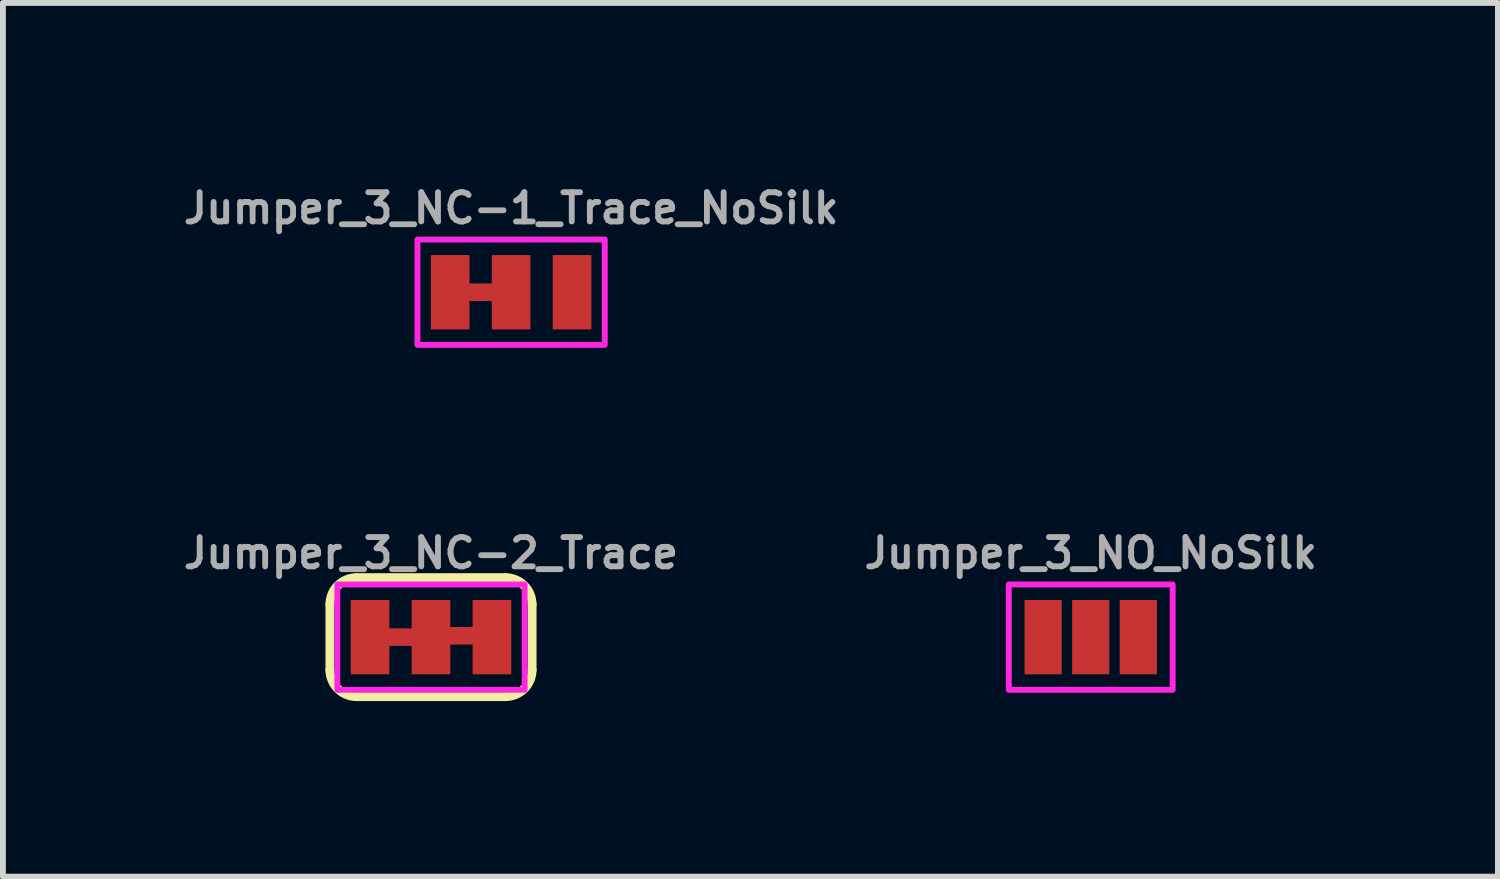
<source format=kicad_pcb>
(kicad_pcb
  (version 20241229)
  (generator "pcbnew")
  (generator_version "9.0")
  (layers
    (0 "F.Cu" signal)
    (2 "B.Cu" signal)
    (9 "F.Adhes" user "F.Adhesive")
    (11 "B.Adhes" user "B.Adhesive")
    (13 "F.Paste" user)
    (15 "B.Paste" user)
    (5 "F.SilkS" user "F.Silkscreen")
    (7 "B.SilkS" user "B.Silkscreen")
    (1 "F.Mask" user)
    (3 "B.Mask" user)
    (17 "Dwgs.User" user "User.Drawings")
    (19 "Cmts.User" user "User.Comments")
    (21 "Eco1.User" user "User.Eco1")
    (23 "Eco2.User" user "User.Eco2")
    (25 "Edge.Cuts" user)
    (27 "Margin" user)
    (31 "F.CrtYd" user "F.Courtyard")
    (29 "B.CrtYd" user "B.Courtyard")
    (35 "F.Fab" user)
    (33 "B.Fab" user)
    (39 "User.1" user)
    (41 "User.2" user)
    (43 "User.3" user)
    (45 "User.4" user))
  (footprint "Jumper_3_NO_NoSilk"
    (layer "F.Cu")
    (at 15.586 7.836)
    (property "Reference" "Jumper_3_NO_NoSilk" (at 0 -1.143 0) (layer "F.Fab") (effects (font (size 0.5 0.5) (thickness 0.1) (bold yes)) (justify bottom)))
    (fp_rect (start 1.4 -0.9) (end -1.4 0.9) (stroke (width 0.1) (type default)) (fill no) (layer "F.CrtYd"))
    (pad "1" smd rect (at -0.813 0) (size 0.635 1.27) (layers "F.Cu" "F.Mask"))
    (pad "2" smd rect (at 0 0) (size 0.635 1.27) (layers "F.Cu" "F.Mask"))
    (pad "3" smd rect (at 0.813 0) (size 0.635 1.27) (layers "F.Cu" "F.Mask")))
  (footprint "Jumper_3_NC-2_Trace"
    (layer "F.Cu")
    (at 4.314 7.836)
    (property "Reference" "Jumper_3_NC-2_Trace" (at 0 -1.143 0) (layer "F.Fab") (effects (font (size 0.5 0.5) (thickness 0.1) (bold yes)) (justify bottom)))
    (attr allow_soldermask_bridges)
    (fp_poly (pts (xy -0.771 -0.15) (xy -0.271 -0.15) (xy -0.271 0.15) (xy -0.771 0.15)) (stroke (width 0) (type solid)) (fill yes) (layer "F.Cu"))
    (fp_poly (pts (xy 0.262 -0.173) (xy 0.762 -0.173) (xy 0.762 0.127) (xy 0.262 0.127)) (stroke (width 0) (type solid)) (fill yes) (layer "F.Cu"))
    (fp_poly (pts (xy -0.267 0.24) (xy -0.775 0.24) (xy -0.775 -0.24) (xy -0.267 -0.24)) (stroke (width 0) (type default)) (fill yes) (layer "F.Mask"))
    (fp_poly (pts (xy 0.766 0.217) (xy 0.258 0.217) (xy 0.258 -0.264) (xy 0.766 -0.264)) (stroke (width 0) (type default)) (fill yes) (layer "F.Mask"))
    (fp_line (start -1.727 0.559) (end -1.727 -0.559) (stroke (width 0.152) (type solid)) (layer "F.SilkS"))
    (fp_line (start -1.27 -1.016) (end 1.27 -1.016) (stroke (width 0.152) (type solid)) (layer "F.SilkS"))
    (fp_line (start 1.27 1.016) (end -1.27 1.016) (stroke (width 0.152) (type solid)) (layer "F.SilkS"))
    (fp_line (start 1.727 0.559) (end 1.727 -0.559) (stroke (width 0.152) (type solid)) (layer "F.SilkS"))
    (fp_arc (start -1.7272 -0.5588) (mid -1.593289 -0.882089) (end -1.27 -1.016) (stroke (width 0.1524) (type solid)) (layer "F.SilkS"))
    (fp_arc (start -1.27 1.016) (mid -1.593289 0.882089) (end -1.7272 0.5588) (stroke (width 0.1524) (type solid)) (layer "F.SilkS"))
    (fp_arc (start 1.27 -1.016) (mid 1.59329 -0.88209) (end 1.7272 -0.5588) (stroke (width 0.1524) (type solid)) (layer "F.SilkS"))
    (fp_arc (start 1.7272 0.5588) (mid 1.59329 0.88209) (end 1.27 1.016) (stroke (width 0.1524) (type solid)) (layer "F.SilkS"))
    (fp_rect (start -1.6 -0.9) (end 1.6 0.9) (stroke (width 0.1) (type default)) (fill no) (layer "F.CrtYd"))
    (pad "1" smd rect (at -1.041 0) (size 0.66 1.27) (layers "F.Cu" "F.Mask"))
    (pad "2" smd rect (at 0 0) (size 0.66 1.27) (layers "F.Cu" "F.Mask"))
    (pad "3" smd rect (at 1.041 0 180) (size 0.66 1.27) (layers "F.Cu" "F.Mask")))
  (footprint "Jumper_3_NC-1_Trace_NoSilk"
    (layer "F.Cu")
    (at 5.683 1.943)
    (property "Reference" "Jumper_3_NC-1_Trace_NoSilk" (at 0 -1.143 0) (layer "F.Fab") (effects (font (size 0.5 0.5) (thickness 0.1) (bold yes)) (justify bottom)))
    (attr allow_soldermask_bridges)
    (fp_poly (pts (xy -0.771 -0.15) (xy -0.271 -0.15) (xy -0.271 0.15) (xy -0.771 0.15)) (stroke (width 0) (type solid)) (fill yes) (layer "F.Cu"))
    (fp_poly (pts (xy -0.267 0.24) (xy -0.775 0.24) (xy -0.775 -0.24) (xy -0.267 -0.24)) (stroke (width 0) (type default)) (fill yes) (layer "F.Mask"))
    (fp_rect (start 1.6 -0.9) (end -1.6 0.9) (stroke (width 0.1) (type default)) (fill no) (layer "F.CrtYd"))
    (pad "1" smd rect (at -1.041 0) (size 0.66 1.27) (layers "F.Cu" "F.Mask"))
    (pad "2" smd rect (at 0 0) (size 0.66 1.27) (layers "F.Cu" "F.Mask"))
    (pad "3" smd rect (at 1.041 0 180) (size 0.66 1.27) (layers "F.Cu" "F.Mask")))
  (gr_rect
    (start -3 -3)
    (end 22.543 11.928)
    (stroke (width 0.1) (type default))
    (fill no)
    (layer "Edge.Cuts")))
</source>
